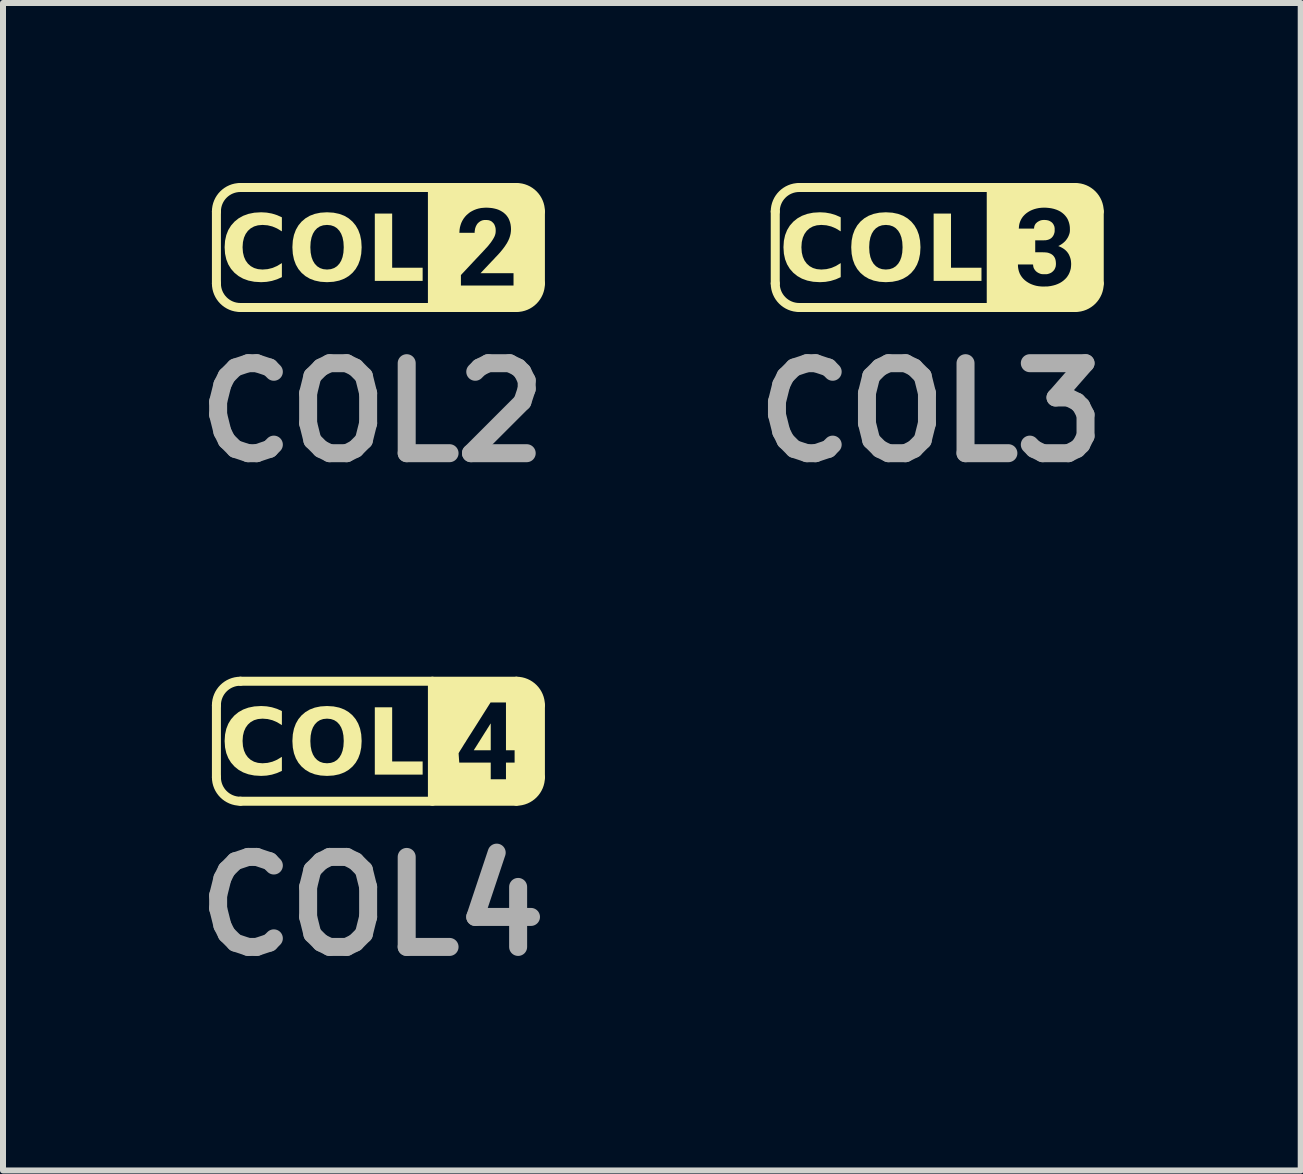
<source format=kicad_pcb>
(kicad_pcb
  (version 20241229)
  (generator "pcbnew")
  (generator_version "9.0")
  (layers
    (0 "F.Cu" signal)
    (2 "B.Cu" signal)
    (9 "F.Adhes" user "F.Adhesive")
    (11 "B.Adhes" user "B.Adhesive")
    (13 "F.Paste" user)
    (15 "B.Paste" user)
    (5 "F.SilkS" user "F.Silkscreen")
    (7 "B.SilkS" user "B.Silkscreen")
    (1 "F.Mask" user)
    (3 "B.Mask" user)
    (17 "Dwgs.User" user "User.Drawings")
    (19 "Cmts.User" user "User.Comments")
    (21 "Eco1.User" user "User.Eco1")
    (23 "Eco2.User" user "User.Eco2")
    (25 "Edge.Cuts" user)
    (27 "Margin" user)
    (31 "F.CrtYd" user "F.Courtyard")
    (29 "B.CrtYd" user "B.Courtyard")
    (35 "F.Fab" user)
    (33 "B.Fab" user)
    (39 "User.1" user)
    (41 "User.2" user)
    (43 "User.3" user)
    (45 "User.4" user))
  (footprint "COL4"
    (layer "F.Cu")
    (at 3.257 9.304)
    (property "Reference" "COL4" (at -0.1 2.75 0) (layer "F.Fab") (effects (font (size 1.5 1.5) (thickness 0.3))))
    (attr board_only exclude_from_pos_files exclude_from_bom)
    (fp_line (start -2.7 -0.6) (end -2.7 0.6) (stroke (width 0.15) (type default)) (layer "F.SilkS"))
    (fp_line (start -2.3 -1) (end 2.3 -1) (stroke (width 0.15) (type default)) (layer "F.SilkS"))
    (fp_line (start -2.3 1) (end 2.3 1) (stroke (width 0.15) (type default)) (layer "F.SilkS"))
    (fp_line (start 0.9 -1) (end 0.9 1) (stroke (width 0.15) (type default)) (layer "F.SilkS"))
    (fp_line (start 2.7 -0.6) (end 2.7 0.6) (stroke (width 0.15) (type default)) (layer "F.SilkS"))
    (fp_arc (start -2.7 -0.6) (mid -2.582843 -0.882843) (end -2.3 -1) (stroke (width 0.15) (type default)) (layer "F.SilkS"))
    (fp_arc (start -2.3 1) (mid -2.582843 0.882843) (end -2.7 0.6) (stroke (width 0.15) (type default)) (layer "F.SilkS"))
    (fp_arc (start 2.3 -1) (mid 2.582843 -0.882843) (end 2.7 -0.6) (stroke (width 0.15) (type default)) (layer "F.SilkS"))
    (fp_arc (start 2.7 0.6) (mid 2.582843 0.882843) (end 2.3 1) (stroke (width 0.15) (type default)) (layer "F.SilkS"))
    (fp_poly (pts (xy 1.871 -0.297) (xy 1.871 -0.292) (xy 1.872 -0.284) (xy 1.872 -0.273) (xy 1.872 -0.259) (xy 1.872 -0.242) (xy 1.872 -0.223) (xy 1.872 -0.203) (xy 1.872 -0.18) (xy 1.872 -0.155) (xy 1.872 -0.129) (xy 1.872 -0.102) (xy 1.872 -0.074) (xy 1.872 -0.074) (xy 1.872 0.151) (xy 1.731 0.151) (xy 1.589 0.151) (xy 1.593 0.145) (xy 1.594 0.143) (xy 1.597 0.138) (xy 1.602 0.13) (xy 1.608 0.12) (xy 1.616 0.108) (xy 1.626 0.093) (xy 1.636 0.076) (xy 1.648 0.058) (xy 1.66 0.038) (xy 1.674 0.016) (xy 1.688 -0.006) (xy 1.703 -0.03) (xy 1.718 -0.054) (xy 1.724 -0.064) (xy 1.74 -0.089) (xy 1.755 -0.113) (xy 1.77 -0.137) (xy 1.784 -0.159) (xy 1.798 -0.18) (xy 1.81 -0.2) (xy 1.821 -0.218) (xy 1.832 -0.234) (xy 1.841 -0.249) (xy 1.848 -0.261) (xy 1.854 -0.27) (xy 1.859 -0.278) (xy 1.861 -0.282) (xy 1.862 -0.283) (xy 1.866 -0.289) (xy 1.869 -0.295) (xy 1.871 -0.298) (xy 1.871 -0.299)) (stroke (width 0) (type solid)) (fill yes) (layer "F.SilkS"))
    (fp_poly (pts (xy 2.583 -0.883) (xy 2.7 -0.6) (xy 2.7 0) (xy 2.7 0.6) (xy 2.583 0.883) (xy 2.3 1) (xy 1.75 1) (xy 0.9 1) (xy 0.9 0.203) (xy 1.337 0.203) (xy 1.337 0.209) (xy 1.338 0.217) (xy 1.338 0.228) (xy 1.339 0.24) (xy 1.34 0.254) (xy 1.341 0.268) (xy 1.342 0.283) (xy 1.343 0.297) (xy 1.344 0.31) (xy 1.345 0.323) (xy 1.346 0.334) (xy 1.347 0.343) (xy 1.347 0.349) (xy 1.347 0.352) (xy 1.347 0.352) (xy 1.348 0.356) (xy 1.61 0.356) (xy 1.872 0.356) (xy 1.872 0.495) (xy 1.872 0.634) (xy 1.999 0.634) (xy 2.126 0.634) (xy 2.126 0.495) (xy 2.126 0.356) (xy 2.198 0.356) (xy 2.27 0.356) (xy 2.27 0.254) (xy 2.27 0.151) (xy 2.198 0.151) (xy 2.126 0.151) (xy 2.126 -0.248) (xy 2.126 -0.646) (xy 1.998 -0.646) (xy 1.869 -0.646) (xy 1.603 -0.225) (xy 1.576 -0.183) (xy 1.551 -0.143) (xy 1.528 -0.107) (xy 1.506 -0.073) (xy 1.486 -0.041) (xy 1.468 -0.013) (xy 1.452 0.014) (xy 1.436 0.038) (xy 1.422 0.06) (xy 1.41 0.08) (xy 1.399 0.098) (xy 1.389 0.114) (xy 1.38 0.128) (xy 1.372 0.141) (xy 1.365 0.152) (xy 1.359 0.161) (xy 1.354 0.17) (xy 1.35 0.177) (xy 1.346 0.183) (xy 1.344 0.188) (xy 1.341 0.192) (xy 1.34 0.195) (xy 1.338 0.197) (xy 1.338 0.199) (xy 1.337 0.201) (xy 1.337 0.202) (xy 1.337 0.203) (xy 0.9 0.203) (xy 0.9 0) (xy 0.9 -1) (xy 1.8 -1) (xy 2.3 -1)) (stroke (width 0) (type solid)) (fill yes) (layer "F.SilkS"))
    (fp_text user "COL" (at -0.93 0.1 0) (unlocked yes) (layer "F.SilkS") (effects (font (face "Roboto") (size 1.1 1.1) (thickness 0.2) (bold yes)))))
  (footprint "COL2"
    (layer "F.Cu")
    (at 3.257 1.075)
    (property "Reference" "COL2" (at -0.1 2.75 0) (layer "F.Fab") (effects (font (size 1.5 1.5) (thickness 0.3))))
    (attr board_only exclude_from_pos_files exclude_from_bom)
    (fp_line (start -2.7 -0.6) (end -2.7 0.6) (stroke (width 0.15) (type default)) (layer "F.SilkS"))
    (fp_line (start -2.3 -1) (end 2.3 -1) (stroke (width 0.15) (type default)) (layer "F.SilkS"))
    (fp_line (start -2.3 1) (end 2.3 1) (stroke (width 0.15) (type default)) (layer "F.SilkS"))
    (fp_line (start 0.9 -1) (end 0.9 1) (stroke (width 0.15) (type default)) (layer "F.SilkS"))
    (fp_line (start 2.7 -0.6) (end 2.7 0.6) (stroke (width 0.15) (type default)) (layer "F.SilkS"))
    (fp_arc (start -2.7 -0.6) (mid -2.582843 -0.882843) (end -2.3 -1) (stroke (width 0.15) (type default)) (layer "F.SilkS"))
    (fp_arc (start -2.3 1) (mid -2.582843 0.882843) (end -2.7 0.6) (stroke (width 0.15) (type default)) (layer "F.SilkS"))
    (fp_arc (start 2.3 -1) (mid 2.582843 -0.882843) (end 2.7 -0.6) (stroke (width 0.15) (type default)) (layer "F.SilkS"))
    (fp_arc (start 2.7 0.6) (mid 2.582843 0.882843) (end 2.3 1) (stroke (width 0.15) (type default)) (layer "F.SilkS"))
    (fp_poly (pts (xy 2.583 -0.883) (xy 2.7 -0.6) (xy 2.7 0) (xy 2.7 0.6) (xy 2.583 0.883) (xy 2.3 1) (xy 1.8 1) (xy 0.9 1) (xy 0.9 0) (xy 0.9 -0.245) (xy 1.349 -0.245) (xy 1.477 -0.245) (xy 1.604 -0.245) (xy 1.604 -0.256) (xy 1.604 -0.266) (xy 1.606 -0.279) (xy 1.608 -0.293) (xy 1.61 -0.307) (xy 1.613 -0.319) (xy 1.614 -0.323) (xy 1.623 -0.349) (xy 1.635 -0.373) (xy 1.648 -0.394) (xy 1.665 -0.412) (xy 1.683 -0.427) (xy 1.703 -0.44) (xy 1.726 -0.45) (xy 1.739 -0.454) (xy 1.745 -0.455) (xy 1.75 -0.456) (xy 1.756 -0.457) (xy 1.762 -0.458) (xy 1.771 -0.458) (xy 1.782 -0.458) (xy 1.79 -0.458) (xy 1.806 -0.458) (xy 1.819 -0.457) (xy 1.83 -0.456) (xy 1.84 -0.454) (xy 1.85 -0.451) (xy 1.859 -0.448) (xy 1.87 -0.443) (xy 1.872 -0.442) (xy 1.88 -0.438) (xy 1.886 -0.434) (xy 1.892 -0.429) (xy 1.899 -0.423) (xy 1.906 -0.416) (xy 1.914 -0.408) (xy 1.92 -0.401) (xy 1.925 -0.395) (xy 1.929 -0.388) (xy 1.933 -0.381) (xy 1.941 -0.362) (xy 1.947 -0.344) (xy 1.952 -0.324) (xy 1.954 -0.303) (xy 1.955 -0.28) (xy 1.955 -0.28) (xy 1.954 -0.258) (xy 1.952 -0.238) (xy 1.947 -0.218) (xy 1.942 -0.202) (xy 1.934 -0.182) (xy 1.922 -0.159) (xy 1.908 -0.135) (xy 1.892 -0.11) (xy 1.873 -0.083) (xy 1.851 -0.055) (xy 1.828 -0.026) (xy 1.811 -0.007) (xy 1.808 -0.003) (xy 1.802 0.003) (xy 1.794 0.011) (xy 1.784 0.022) (xy 1.773 0.035) (xy 1.759 0.049) (xy 1.744 0.066) (xy 1.727 0.084) (xy 1.709 0.103) (xy 1.69 0.123) (xy 1.67 0.145) (xy 1.649 0.167) (xy 1.627 0.19) (xy 1.605 0.214) (xy 1.583 0.237) (xy 1.375 0.459) (xy 1.375 0.546) (xy 1.375 0.634) (xy 1.814 0.634) (xy 2.252 0.634) (xy 2.252 0.531) (xy 2.252 0.428) (xy 1.977 0.428) (xy 1.702 0.428) (xy 1.843 0.279) (xy 1.867 0.254) (xy 1.889 0.23) (xy 1.909 0.21) (xy 1.927 0.191) (xy 1.942 0.174) (xy 1.956 0.159) (xy 1.969 0.146) (xy 1.98 0.134) (xy 1.99 0.124) (xy 1.999 0.114) (xy 2.006 0.106) (xy 2.013 0.098) (xy 2.02 0.091) (xy 2.026 0.084) (xy 2.031 0.078) (xy 2.036 0.072) (xy 2.042 0.065) (xy 2.046 0.06) (xy 2.064 0.038) (xy 2.082 0.015) (xy 2.099 -0.008) (xy 2.115 -0.031) (xy 2.129 -0.053) (xy 2.142 -0.072) (xy 2.146 -0.08) (xy 2.166 -0.118) (xy 2.182 -0.155) (xy 2.194 -0.193) (xy 2.203 -0.23) (xy 2.208 -0.268) (xy 2.21 -0.306) (xy 2.208 -0.344) (xy 2.203 -0.382) (xy 2.203 -0.382) (xy 2.195 -0.417) (xy 2.184 -0.449) (xy 2.171 -0.48) (xy 2.154 -0.508) (xy 2.135 -0.534) (xy 2.112 -0.558) (xy 2.087 -0.58) (xy 2.059 -0.599) (xy 2.029 -0.616) (xy 1.996 -0.631) (xy 1.966 -0.641) (xy 1.934 -0.649) (xy 1.9 -0.656) (xy 1.865 -0.66) (xy 1.828 -0.663) (xy 1.792 -0.664) (xy 1.756 -0.662) (xy 1.721 -0.659) (xy 1.706 -0.657) (xy 1.667 -0.649) (xy 1.63 -0.638) (xy 1.594 -0.624) (xy 1.56 -0.607) (xy 1.527 -0.588) (xy 1.498 -0.565) (xy 1.47 -0.541) (xy 1.445 -0.514) (xy 1.422 -0.484) (xy 1.416 -0.475) (xy 1.397 -0.443) (xy 1.381 -0.409) (xy 1.369 -0.374) (xy 1.359 -0.337) (xy 1.353 -0.3) (xy 1.351 -0.27) (xy 1.349 -0.245) (xy 0.9 -0.245) (xy 0.9 -1) (xy 1.782 -1) (xy 2.3 -1)) (stroke (width 0) (type solid)) (fill yes) (layer "F.SilkS"))
    (fp_text user "COL" (at -0.93 0.1 0) (unlocked yes) (layer "F.SilkS") (effects (font (face "Roboto") (size 1.1 1.1) (thickness 0.2) (bold yes)))))
  (footprint "COL3"
    (layer "F.Cu")
    (at 12.571 1.075)
    (property "Reference" "COL3" (at -0.1 2.75 0) (layer "F.Fab") (effects (font (size 1.5 1.5) (thickness 0.3))))
    (attr board_only exclude_from_pos_files exclude_from_bom)
    (fp_line (start -2.7 -0.6) (end -2.7 0.6) (stroke (width 0.15) (type default)) (layer "F.SilkS"))
    (fp_line (start -2.3 -1) (end 2.3 -1) (stroke (width 0.15) (type default)) (layer "F.SilkS"))
    (fp_line (start -2.3 1) (end 2.3 1) (stroke (width 0.15) (type default)) (layer "F.SilkS"))
    (fp_line (start 0.9 -1) (end 0.9 1) (stroke (width 0.15) (type default)) (layer "F.SilkS"))
    (fp_line (start 2.7 -0.6) (end 2.7 0.6) (stroke (width 0.15) (type default)) (layer "F.SilkS"))
    (fp_arc (start -2.7 -0.6) (mid -2.582843 -0.882843) (end -2.3 -1) (stroke (width 0.15) (type default)) (layer "F.SilkS"))
    (fp_arc (start -2.3 1) (mid -2.582843 0.882843) (end -2.7 0.6) (stroke (width 0.15) (type default)) (layer "F.SilkS"))
    (fp_arc (start 2.3 -1) (mid 2.582843 -0.882843) (end 2.7 -0.6) (stroke (width 0.15) (type default)) (layer "F.SilkS"))
    (fp_arc (start 2.7 0.6) (mid 2.582843 0.882843) (end 2.3 1) (stroke (width 0.15) (type default)) (layer "F.SilkS"))
    (fp_poly (pts (xy 2.583 -0.883) (xy 2.7 -0.6) (xy 2.7 0) (xy 2.7 0.6) (xy 2.583 0.883) (xy 2.3 1) (xy 1.782 1) (xy 0.9 1) (xy 0.9 0.297) (xy 1.345 0.297) (xy 1.346 0.32) (xy 1.349 0.344) (xy 1.354 0.37) (xy 1.36 0.394) (xy 1.364 0.406) (xy 1.376 0.437) (xy 1.392 0.466) (xy 1.411 0.494) (xy 1.433 0.52) (xy 1.458 0.544) (xy 1.486 0.566) (xy 1.517 0.586) (xy 1.546 0.602) (xy 1.578 0.616) (xy 1.612 0.628) (xy 1.648 0.638) (xy 1.686 0.645) (xy 1.727 0.649) (xy 1.731 0.65) (xy 1.74 0.65) (xy 1.753 0.651) (xy 1.767 0.651) (xy 1.783 0.651) (xy 1.799 0.65) (xy 1.814 0.65) (xy 1.829 0.649) (xy 1.841 0.649) (xy 1.85 0.648) (xy 1.893 0.642) (xy 1.934 0.633) (xy 1.973 0.622) (xy 2.009 0.608) (xy 2.043 0.592) (xy 2.076 0.572) (xy 2.103 0.552) (xy 2.13 0.528) (xy 2.154 0.503) (xy 2.174 0.475) (xy 2.192 0.446) (xy 2.206 0.415) (xy 2.217 0.383) (xy 2.226 0.349) (xy 2.23 0.313) (xy 2.232 0.275) (xy 2.232 0.275) (xy 2.23 0.241) (xy 2.226 0.208) (xy 2.218 0.176) (xy 2.207 0.146) (xy 2.194 0.117) (xy 2.178 0.091) (xy 2.159 0.067) (xy 2.137 0.045) (xy 2.123 0.033) (xy 2.099 0.016) (xy 2.072 0.000115) (xy 2.043 -0.014) (xy 2.032 -0.018) (xy 2.017 -0.024) (xy 2.033 -0.032) (xy 2.063 -0.049) (xy 2.09 -0.068) (xy 2.115 -0.089) (xy 2.138 -0.112) (xy 2.158 -0.138) (xy 2.175 -0.164) (xy 2.189 -0.192) (xy 2.2 -0.221) (xy 2.2 -0.222) (xy 2.205 -0.237) (xy 2.208 -0.251) (xy 2.21 -0.266) (xy 2.211 -0.282) (xy 2.211 -0.301) (xy 2.211 -0.303) (xy 2.21 -0.341) (xy 2.205 -0.377) (xy 2.197 -0.411) (xy 2.186 -0.443) (xy 2.173 -0.473) (xy 2.156 -0.501) (xy 2.136 -0.527) (xy 2.113 -0.552) (xy 2.112 -0.553) (xy 2.085 -0.576) (xy 2.057 -0.596) (xy 2.026 -0.613) (xy 1.992 -0.628) (xy 1.956 -0.64) (xy 1.935 -0.646) (xy 1.899 -0.654) (xy 1.861 -0.659) (xy 1.822 -0.663) (xy 1.782 -0.664) (xy 1.744 -0.663) (xy 1.706 -0.659) (xy 1.69 -0.657) (xy 1.652 -0.649) (xy 1.616 -0.639) (xy 1.581 -0.626) (xy 1.548 -0.611) (xy 1.517 -0.593) (xy 1.488 -0.573) (xy 1.462 -0.551) (xy 1.439 -0.527) (xy 1.43 -0.517) (xy 1.412 -0.492) (xy 1.396 -0.465) (xy 1.383 -0.437) (xy 1.373 -0.408) (xy 1.366 -0.379) (xy 1.362 -0.35) (xy 1.362 -0.346) (xy 1.361 -0.338) (xy 1.361 -0.33) (xy 1.36 -0.324) (xy 1.36 -0.323) (xy 1.359 -0.315) (xy 1.486 -0.315) (xy 1.613 -0.315) (xy 1.614 -0.327) (xy 1.617 -0.347) (xy 1.623 -0.367) (xy 1.632 -0.384) (xy 1.636 -0.391) (xy 1.642 -0.399) (xy 1.65 -0.407) (xy 1.659 -0.415) (xy 1.668 -0.423) (xy 1.677 -0.429) (xy 1.696 -0.44) (xy 1.716 -0.449) (xy 1.732 -0.454) (xy 1.743 -0.456) (xy 1.757 -0.458) (xy 1.773 -0.459) (xy 1.789 -0.459) (xy 1.805 -0.458) (xy 1.819 -0.457) (xy 1.825 -0.456) (xy 1.85 -0.451) (xy 1.872 -0.442) (xy 1.892 -0.431) (xy 1.91 -0.418) (xy 1.925 -0.402) (xy 1.937 -0.384) (xy 1.947 -0.363) (xy 1.953 -0.346) (xy 1.954 -0.339) (xy 1.955 -0.333) (xy 1.956 -0.327) (xy 1.957 -0.32) (xy 1.957 -0.311) (xy 1.957 -0.3) (xy 1.957 -0.296) (xy 1.957 -0.283) (xy 1.957 -0.273) (xy 1.956 -0.265) (xy 1.956 -0.258) (xy 1.954 -0.251) (xy 1.953 -0.247) (xy 1.946 -0.223) (xy 1.936 -0.201) (xy 1.924 -0.182) (xy 1.909 -0.165) (xy 1.898 -0.155) (xy 1.88 -0.143) (xy 1.859 -0.133) (xy 1.836 -0.126) (xy 1.81 -0.121) (xy 1.806 -0.121) (xy 1.801 -0.12) (xy 1.792 -0.12) (xy 1.78 -0.12) (xy 1.766 -0.119) (xy 1.749 -0.119) (xy 1.731 -0.119) (xy 1.712 -0.119) (xy 1.711 -0.119) (xy 1.633 -0.119) (xy 1.633 -0.02) (xy 1.633 0.079) (xy 1.72 0.08) (xy 1.743 0.08) (xy 1.763 0.08) (xy 1.78 0.081) (xy 1.794 0.081) (xy 1.806 0.082) (xy 1.817 0.083) (xy 1.826 0.084) (xy 1.835 0.085) (xy 1.842 0.087) (xy 1.85 0.089) (xy 1.858 0.091) (xy 1.865 0.094) (xy 1.888 0.103) (xy 1.909 0.115) (xy 1.927 0.129) (xy 1.942 0.146) (xy 1.955 0.165) (xy 1.965 0.186) (xy 1.972 0.21) (xy 1.976 0.236) (xy 1.978 0.264) (xy 1.978 0.281) (xy 1.976 0.3) (xy 1.974 0.317) (xy 1.969 0.332) (xy 1.963 0.347) (xy 1.961 0.352) (xy 1.95 0.372) (xy 1.935 0.39) (xy 1.918 0.406) (xy 1.899 0.42) (xy 1.876 0.431) (xy 1.852 0.439) (xy 1.842 0.442) (xy 1.836 0.443) (xy 1.83 0.444) (xy 1.823 0.445) (xy 1.815 0.445) (xy 1.805 0.445) (xy 1.792 0.445) (xy 1.788 0.445) (xy 1.772 0.445) (xy 1.759 0.445) (xy 1.748 0.444) (xy 1.738 0.443) (xy 1.729 0.441) (xy 1.719 0.438) (xy 1.709 0.434) (xy 1.706 0.433) (xy 1.686 0.424) (xy 1.666 0.412) (xy 1.648 0.398) (xy 1.633 0.382) (xy 1.62 0.364) (xy 1.61 0.346) (xy 1.606 0.337) (xy 1.603 0.325) (xy 1.6 0.314) (xy 1.599 0.303) (xy 1.598 0.298) (xy 1.598 0.292) (xy 1.598 0.287) (xy 1.597 0.285) (xy 1.597 0.285) (xy 1.596 0.284) (xy 1.594 0.284) (xy 1.59 0.284) (xy 1.586 0.283) (xy 1.579 0.283) (xy 1.571 0.283) (xy 1.561 0.283) (xy 1.548 0.283) (xy 1.533 0.283) (xy 1.515 0.283) (xy 1.493 0.283) (xy 1.47 0.283) (xy 1.345 0.283) (xy 1.345 0.297) (xy 0.9 0.297) (xy 0.9 0) (xy 0.9 -1) (xy 1.782 -1) (xy 2.3 -1)) (stroke (width 0) (type solid)) (fill yes) (layer "F.SilkS"))
    (fp_text user "COL" (at -0.93 0.1 0) (unlocked yes) (layer "F.SilkS") (effects (font (face "Roboto") (size 1.1 1.1) (thickness 0.2) (bold yes)))))
  (gr_rect
    (start -3 -3)
    (end 18.629 16.458)
    (stroke (width 0.1) (type default))
    (fill no)
    (layer "Edge.Cuts")))
</source>
